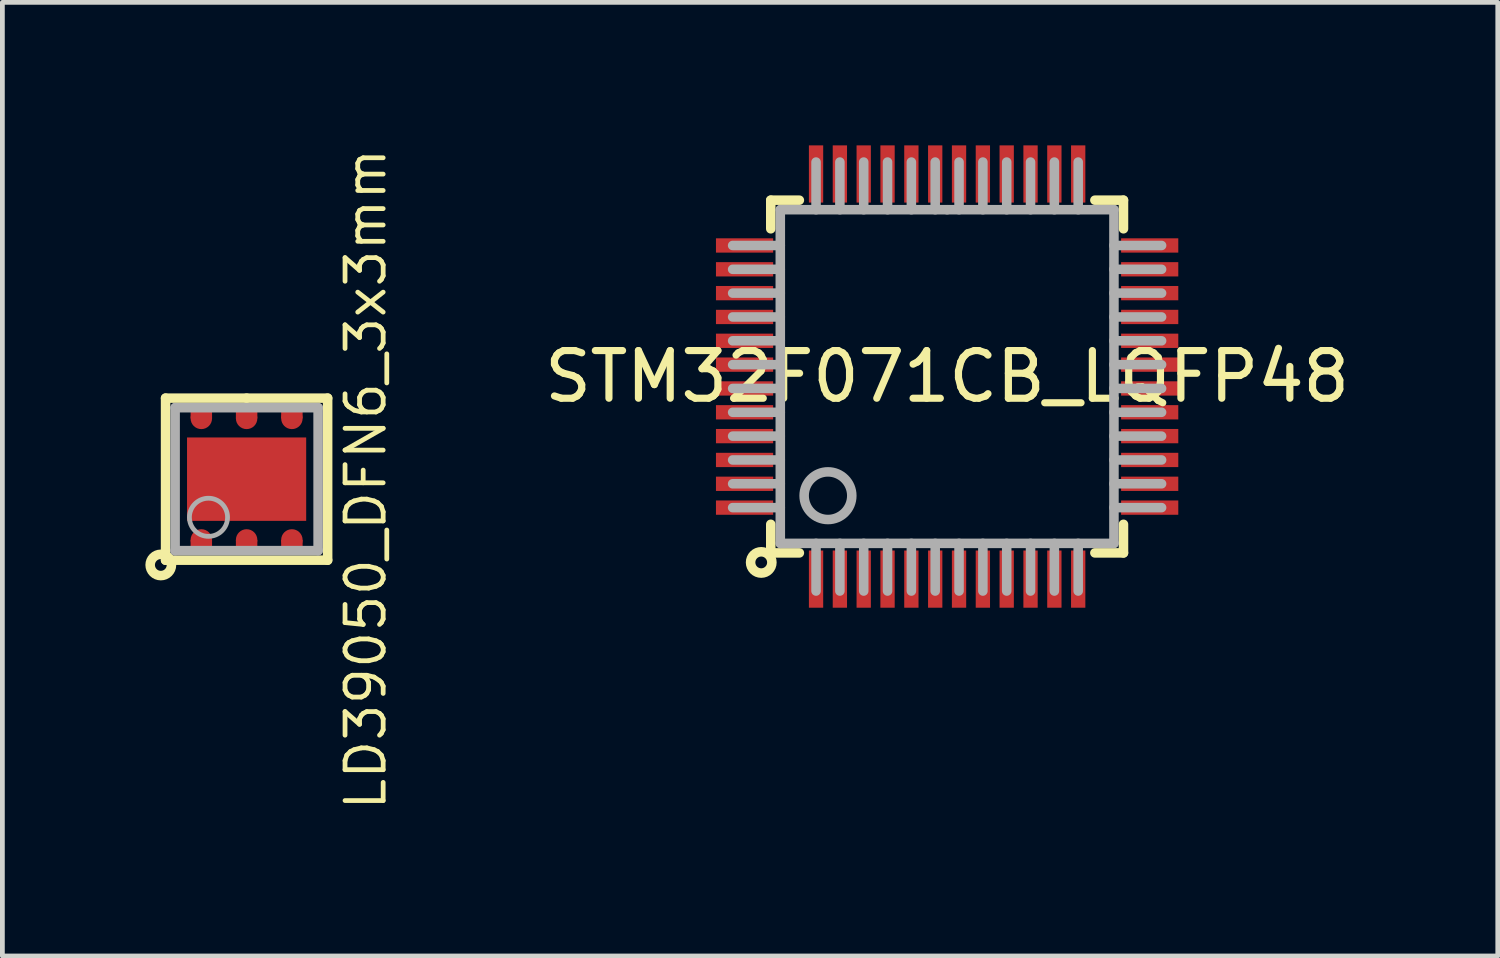
<source format=kicad_pcb>
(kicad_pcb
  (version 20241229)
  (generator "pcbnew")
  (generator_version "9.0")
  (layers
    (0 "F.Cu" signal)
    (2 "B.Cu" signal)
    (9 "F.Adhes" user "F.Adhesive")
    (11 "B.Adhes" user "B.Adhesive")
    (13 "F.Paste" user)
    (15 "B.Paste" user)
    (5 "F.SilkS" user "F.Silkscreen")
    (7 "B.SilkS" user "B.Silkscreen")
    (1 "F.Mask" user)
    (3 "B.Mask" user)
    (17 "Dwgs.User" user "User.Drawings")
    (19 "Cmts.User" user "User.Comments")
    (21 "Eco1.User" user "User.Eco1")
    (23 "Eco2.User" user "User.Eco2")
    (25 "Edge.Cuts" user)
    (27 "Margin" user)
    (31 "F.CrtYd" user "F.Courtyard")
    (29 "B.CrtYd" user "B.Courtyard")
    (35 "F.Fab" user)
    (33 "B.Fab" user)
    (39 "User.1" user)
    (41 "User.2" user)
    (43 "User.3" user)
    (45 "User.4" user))
  (footprint "STM32F071CB_LQFP48"
    (layer "F.Cu")
    (at 16.821 4.85)
    (property "Reference" "STM32F071CB_LQFP48" (at 0 0 0) (layer "F.SilkS") (effects (font (size 1 1) (thickness 0.15))))
    (attr smd)
    (fp_line (start -3.7 -3.7) (end -3.7 -3.1) (stroke (width 0.2) (type solid)) (layer "F.SilkS"))
    (fp_line (start -3.7 -3.7) (end -3.1 -3.7) (stroke (width 0.2) (type solid)) (layer "F.SilkS"))
    (fp_line (start -3.7 3.7) (end -3.7 3.1) (stroke (width 0.2) (type solid)) (layer "F.SilkS"))
    (fp_line (start -3.7 3.7) (end -3.1 3.7) (stroke (width 0.2) (type solid)) (layer "F.SilkS"))
    (fp_line (start 3.7 -3.7) (end 3.1 -3.7) (stroke (width 0.2) (type solid)) (layer "F.SilkS"))
    (fp_line (start 3.7 -3.7) (end 3.7 -3.1) (stroke (width 0.2) (type solid)) (layer "F.SilkS"))
    (fp_line (start 3.7 3.7) (end 3.1 3.7) (stroke (width 0.2) (type solid)) (layer "F.SilkS"))
    (fp_line (start 3.7 3.7) (end 3.7 3.1) (stroke (width 0.2) (type solid)) (layer "F.SilkS"))
    (fp_circle (center -3.9 3.9) (end -3.7 3.8) (stroke (width 0.2) (type solid)) (fill no) (layer "F.SilkS"))
    (fp_line (start -3.5 -3.5) (end -3.5 3.5) (stroke (width 0.2) (type solid)) (layer "F.Fab"))
    (fp_line (start -3.5 -2.75) (end -4.5 -2.75) (stroke (width 0.2) (type solid)) (layer "F.Fab"))
    (fp_line (start -3.5 -2.25) (end -4.5 -2.25) (stroke (width 0.2) (type solid)) (layer "F.Fab"))
    (fp_line (start -3.5 -1.75) (end -4.5 -1.75) (stroke (width 0.2) (type solid)) (layer "F.Fab"))
    (fp_line (start -3.5 -1.25) (end -4.5 -1.25) (stroke (width 0.2) (type solid)) (layer "F.Fab"))
    (fp_line (start -3.5 -0.75) (end -4.5 -0.75) (stroke (width 0.2) (type solid)) (layer "F.Fab"))
    (fp_line (start -3.5 -0.25) (end -4.5 -0.25) (stroke (width 0.2) (type solid)) (layer "F.Fab"))
    (fp_line (start -3.5 0.25) (end -4.5 0.25) (stroke (width 0.2) (type solid)) (layer "F.Fab"))
    (fp_line (start -3.5 0.75) (end -4.5 0.75) (stroke (width 0.2) (type solid)) (layer "F.Fab"))
    (fp_line (start -3.5 1.25) (end -4.5 1.25) (stroke (width 0.2) (type solid)) (layer "F.Fab"))
    (fp_line (start -3.5 1.75) (end -4.5 1.75) (stroke (width 0.2) (type solid)) (layer "F.Fab"))
    (fp_line (start -3.5 2.25) (end -4.5 2.25) (stroke (width 0.2) (type solid)) (layer "F.Fab"))
    (fp_line (start -3.5 2.75) (end -4.5 2.75) (stroke (width 0.2) (type solid)) (layer "F.Fab"))
    (fp_line (start -3.5 3.5) (end 3.5 3.5) (stroke (width 0.2) (type solid)) (layer "F.Fab"))
    (fp_line (start -2.75 -3.5) (end -2.75 -4.5) (stroke (width 0.2) (type solid)) (layer "F.Fab"))
    (fp_line (start -2.75 3.5) (end -2.75 4.5) (stroke (width 0.2) (type solid)) (layer "F.Fab"))
    (fp_line (start -2.25 -3.5) (end -2.25 -4.5) (stroke (width 0.2) (type solid)) (layer "F.Fab"))
    (fp_line (start -2.25 3.5) (end -2.25 4.5) (stroke (width 0.2) (type solid)) (layer "F.Fab"))
    (fp_line (start -1.75 -3.5) (end -1.75 -4.5) (stroke (width 0.2) (type solid)) (layer "F.Fab"))
    (fp_line (start -1.75 3.5) (end -1.75 4.5) (stroke (width 0.2) (type solid)) (layer "F.Fab"))
    (fp_line (start -1.25 -3.5) (end -1.25 -4.5) (stroke (width 0.2) (type solid)) (layer "F.Fab"))
    (fp_line (start -1.25 3.5) (end -1.25 4.5) (stroke (width 0.2) (type solid)) (layer "F.Fab"))
    (fp_line (start -0.75 -3.5) (end -0.75 -4.5) (stroke (width 0.2) (type solid)) (layer "F.Fab"))
    (fp_line (start -0.75 3.5) (end -0.75 4.5) (stroke (width 0.2) (type solid)) (layer "F.Fab"))
    (fp_line (start -0.25 -3.5) (end -0.25 -4.5) (stroke (width 0.2) (type solid)) (layer "F.Fab"))
    (fp_line (start -0.25 3.5) (end -0.25 4.5) (stroke (width 0.2) (type solid)) (layer "F.Fab"))
    (fp_line (start 0 -3.5) (end -3.5 -3.5) (stroke (width 0.2) (type solid)) (layer "F.Fab"))
    (fp_line (start 0.25 -3.5) (end 0.25 -4.5) (stroke (width 0.2) (type solid)) (layer "F.Fab"))
    (fp_line (start 0.25 3.5) (end 0.25 4.5) (stroke (width 0.2) (type solid)) (layer "F.Fab"))
    (fp_line (start 0.75 -3.5) (end 0.75 -4.5) (stroke (width 0.2) (type solid)) (layer "F.Fab"))
    (fp_line (start 0.75 3.5) (end 0.75 4.5) (stroke (width 0.2) (type solid)) (layer "F.Fab"))
    (fp_line (start 1.25 -3.5) (end 1.25 -4.5) (stroke (width 0.2) (type solid)) (layer "F.Fab"))
    (fp_line (start 1.25 3.5) (end 1.25 4.5) (stroke (width 0.2) (type solid)) (layer "F.Fab"))
    (fp_line (start 1.75 -3.5) (end 1.75 -4.5) (stroke (width 0.2) (type solid)) (layer "F.Fab"))
    (fp_line (start 1.75 3.5) (end 1.75 4.5) (stroke (width 0.2) (type solid)) (layer "F.Fab"))
    (fp_line (start 2.25 -3.5) (end 2.25 -4.5) (stroke (width 0.2) (type solid)) (layer "F.Fab"))
    (fp_line (start 2.25 3.5) (end 2.25 4.5) (stroke (width 0.2) (type solid)) (layer "F.Fab"))
    (fp_line (start 2.75 -3.5) (end 2.75 -4.5) (stroke (width 0.2) (type solid)) (layer "F.Fab"))
    (fp_line (start 2.75 3.5) (end 2.75 4.5) (stroke (width 0.2) (type solid)) (layer "F.Fab"))
    (fp_line (start 3.5 -3.5) (end 0 -3.5) (stroke (width 0.2) (type solid)) (layer "F.Fab"))
    (fp_line (start 3.5 -2.75) (end 4.5 -2.75) (stroke (width 0.2) (type solid)) (layer "F.Fab"))
    (fp_line (start 3.5 -2.25) (end 4.5 -2.25) (stroke (width 0.2) (type solid)) (layer "F.Fab"))
    (fp_line (start 3.5 -1.75) (end 4.5 -1.75) (stroke (width 0.2) (type solid)) (layer "F.Fab"))
    (fp_line (start 3.5 -1.25) (end 4.5 -1.25) (stroke (width 0.2) (type solid)) (layer "F.Fab"))
    (fp_line (start 3.5 -0.75) (end 4.5 -0.75) (stroke (width 0.2) (type solid)) (layer "F.Fab"))
    (fp_line (start 3.5 -0.25) (end 4.5 -0.25) (stroke (width 0.2) (type solid)) (layer "F.Fab"))
    (fp_line (start 3.5 0.25) (end 4.5 0.25) (stroke (width 0.2) (type solid)) (layer "F.Fab"))
    (fp_line (start 3.5 0.75) (end 4.5 0.75) (stroke (width 0.2) (type solid)) (layer "F.Fab"))
    (fp_line (start 3.5 1.25) (end 4.5 1.25) (stroke (width 0.2) (type solid)) (layer "F.Fab"))
    (fp_line (start 3.5 1.75) (end 4.5 1.75) (stroke (width 0.2) (type solid)) (layer "F.Fab"))
    (fp_line (start 3.5 2.25) (end 4.5 2.25) (stroke (width 0.2) (type solid)) (layer "F.Fab"))
    (fp_line (start 3.5 2.75) (end 4.5 2.75) (stroke (width 0.2) (type solid)) (layer "F.Fab"))
    (fp_line (start 3.5 3.5) (end 3.5 -3.5) (stroke (width 0.2) (type solid)) (layer "F.Fab"))
    (fp_circle (center -2.5 2.5) (end -2 2.5) (stroke (width 0.2) (type solid)) (fill no) (layer "F.Fab"))
    (pad "1" smd rect (at -2.75 4.25) (size 0.3 1.2) (layers "F.Cu" "F.Mask" "F.Paste"))
    (pad "2" smd rect (at -2.25 4.25) (size 0.3 1.2) (layers "F.Cu" "F.Mask" "F.Paste"))
    (pad "3" smd rect (at -1.75 4.25) (size 0.3 1.2) (layers "F.Cu" "F.Mask" "F.Paste"))
    (pad "4" smd rect (at -1.25 4.25) (size 0.3 1.2) (layers "F.Cu" "F.Mask" "F.Paste"))
    (pad "5" smd rect (at -0.75 4.25) (size 0.3 1.2) (layers "F.Cu" "F.Mask" "F.Paste"))
    (pad "6" smd rect (at -0.25 4.25) (size 0.3 1.2) (layers "F.Cu" "F.Mask" "F.Paste"))
    (pad "7" smd rect (at 0.25 4.25) (size 0.3 1.2) (layers "F.Cu" "F.Mask" "F.Paste"))
    (pad "8" smd rect (at 0.75 4.25) (size 0.3 1.2) (layers "F.Cu" "F.Mask" "F.Paste"))
    (pad "9" smd rect (at 1.25 4.25) (size 0.3 1.2) (layers "F.Cu" "F.Mask" "F.Paste"))
    (pad "10" smd rect (at 1.75 4.25) (size 0.3 1.2) (layers "F.Cu" "F.Mask" "F.Paste"))
    (pad "11" smd rect (at 2.25 4.25) (size 0.3 1.2) (layers "F.Cu" "F.Mask" "F.Paste"))
    (pad "12" smd rect (at 2.75 4.25) (size 0.3 1.2) (layers "F.Cu" "F.Mask" "F.Paste"))
    (pad "13" smd rect (at 4.25 2.75 90) (size 0.3 1.2) (layers "F.Cu" "F.Mask" "F.Paste"))
    (pad "14" smd rect (at 4.25 2.25 90) (size 0.3 1.2) (layers "F.Cu" "F.Mask" "F.Paste"))
    (pad "15" smd rect (at 4.25 1.75 90) (size 0.3 1.2) (layers "F.Cu" "F.Mask" "F.Paste"))
    (pad "16" smd rect (at 4.25 1.25 90) (size 0.3 1.2) (layers "F.Cu" "F.Mask" "F.Paste"))
    (pad "17" smd rect (at 4.25 0.75 90) (size 0.3 1.2) (layers "F.Cu" "F.Mask" "F.Paste"))
    (pad "18" smd rect (at 4.25 0.25 90) (size 0.3 1.2) (layers "F.Cu" "F.Mask" "F.Paste"))
    (pad "19" smd rect (at 4.25 -0.25 90) (size 0.3 1.2) (layers "F.Cu" "F.Mask" "F.Paste"))
    (pad "20" smd rect (at 4.25 -0.75 90) (size 0.3 1.2) (layers "F.Cu" "F.Mask" "F.Paste"))
    (pad "21" smd rect (at 4.25 -1.25 90) (size 0.3 1.2) (layers "F.Cu" "F.Mask" "F.Paste"))
    (pad "22" smd rect (at 4.25 -1.75 90) (size 0.3 1.2) (layers "F.Cu" "F.Mask" "F.Paste"))
    (pad "23" smd rect (at 4.25 -2.25 90) (size 0.3 1.2) (layers "F.Cu" "F.Mask" "F.Paste"))
    (pad "24" smd rect (at 4.25 -2.75 90) (size 0.3 1.2) (layers "F.Cu" "F.Mask" "F.Paste"))
    (pad "25" smd rect (at 2.75 -4.25) (size 0.3 1.2) (layers "F.Cu" "F.Mask" "F.Paste"))
    (pad "26" smd rect (at 2.25 -4.25) (size 0.3 1.2) (layers "F.Cu" "F.Mask" "F.Paste"))
    (pad "27" smd rect (at 1.75 -4.25) (size 0.3 1.2) (layers "F.Cu" "F.Mask" "F.Paste"))
    (pad "28" smd rect (at 1.25 -4.25) (size 0.3 1.2) (layers "F.Cu" "F.Mask" "F.Paste"))
    (pad "29" smd rect (at 0.75 -4.25) (size 0.3 1.2) (layers "F.Cu" "F.Mask" "F.Paste"))
    (pad "30" smd rect (at 0.25 -4.25) (size 0.3 1.2) (layers "F.Cu" "F.Mask" "F.Paste"))
    (pad "31" smd rect (at -0.25 -4.25) (size 0.3 1.2) (layers "F.Cu" "F.Mask" "F.Paste"))
    (pad "32" smd rect (at -0.75 -4.25) (size 0.3 1.2) (layers "F.Cu" "F.Mask" "F.Paste"))
    (pad "33" smd rect (at -1.25 -4.25) (size 0.3 1.2) (layers "F.Cu" "F.Mask" "F.Paste"))
    (pad "34" smd rect (at -1.75 -4.25) (size 0.3 1.2) (layers "F.Cu" "F.Mask" "F.Paste"))
    (pad "35" smd rect (at -2.25 -4.25) (size 0.3 1.2) (layers "F.Cu" "F.Mask" "F.Paste"))
    (pad "36" smd rect (at -2.75 -4.25) (size 0.3 1.2) (layers "F.Cu" "F.Mask" "F.Paste"))
    (pad "37" smd rect (at -4.25 -2.75 90) (size 0.3 1.2) (layers "F.Cu" "F.Mask" "F.Paste"))
    (pad "38" smd rect (at -4.25 -2.25 90) (size 0.3 1.2) (layers "F.Cu" "F.Mask" "F.Paste"))
    (pad "39" smd rect (at -4.25 -1.75 90) (size 0.3 1.2) (layers "F.Cu" "F.Mask" "F.Paste"))
    (pad "40" smd rect (at -4.25 -1.25 90) (size 0.3 1.2) (layers "F.Cu" "F.Mask" "F.Paste"))
    (pad "41" smd rect (at -4.25 -0.75 90) (size 0.3 1.2) (layers "F.Cu" "F.Mask" "F.Paste"))
    (pad "42" smd rect (at -4.25 -0.25 90) (size 0.3 1.2) (layers "F.Cu" "F.Mask" "F.Paste"))
    (pad "43" smd rect (at -4.25 0.25 90) (size 0.3 1.2) (layers "F.Cu" "F.Mask" "F.Paste"))
    (pad "44" smd rect (at -4.25 0.75 90) (size 0.3 1.2) (layers "F.Cu" "F.Mask" "F.Paste"))
    (pad "45" smd rect (at -4.25 1.25 90) (size 0.3 1.2) (layers "F.Cu" "F.Mask" "F.Paste"))
    (pad "46" smd rect (at -4.25 1.75 90) (size 0.3 1.2) (layers "F.Cu" "F.Mask" "F.Paste"))
    (pad "47" smd rect (at -4.25 2.25 90) (size 0.3 1.2) (layers "F.Cu" "F.Mask" "F.Paste"))
    (pad "48" smd rect (at -4.25 2.75 90) (size 0.3 1.2) (layers "F.Cu" "F.Mask" "F.Paste")))
  (footprint "LD39050_DFN6_3x3mm"
    (layer "F.Cu")
    (at 2.124 7.003)
    (property "Reference" "LD39050_DFN6_3x3mm" (at 2.5 0 90) (layer "F.SilkS") (effects (font (size 0.8 0.8) (thickness 0.1))))
    (attr through_hole)
    (fp_line (start -1.7 -1.7) (end 0 -1.7) (stroke (width 0.2) (type solid)) (layer "F.SilkS"))
    (fp_line (start -1.7 1.7) (end -1.7 -1.7) (stroke (width 0.2) (type solid)) (layer "F.SilkS"))
    (fp_line (start 0 -1.7) (end 1.7 -1.7) (stroke (width 0.2) (type solid)) (layer "F.SilkS"))
    (fp_line (start 1.7 -1.7) (end 1.7 1.7) (stroke (width 0.2) (type solid)) (layer "F.SilkS"))
    (fp_line (start 1.7 1.7) (end -1.7 1.7) (stroke (width 0.2) (type solid)) (layer "F.SilkS"))
    (fp_circle (center -1.8 1.8) (end -1.6 1.7) (stroke (width 0.2) (type solid)) (fill no) (layer "F.SilkS"))
    (fp_line (start -1.5 -1.5) (end 1.5 -1.5) (stroke (width 0.2) (type solid)) (layer "F.Fab"))
    (fp_line (start -1.5 1.5) (end -1.5 -1.5) (stroke (width 0.2) (type solid)) (layer "F.Fab"))
    (fp_line (start 1.5 -1.5) (end 1.5 1.5) (stroke (width 0.2) (type solid)) (layer "F.Fab"))
    (fp_line (start 1.5 1.5) (end -1.5 1.5) (stroke (width 0.2) (type solid)) (layer "F.Fab"))
    (fp_circle (center -0.8 0.8) (end -0.4 0.8) (stroke (width 0.1) (type solid)) (fill no) (layer "F.Fab"))
    (pad "1" smd circle (at -0.95 1.275) (size 0.45 0.45) (layers "F.Cu" "F.Mask" "F.Paste"))
    (pad "1" smd rect (at -0.95 1.413) (size 0.45 0.275) (layers "F.Cu" "F.Mask" "F.Paste"))
    (pad "2" smd rect (at 0 0 180) (size 2.5 1.75) (layers "F.Cu" "F.Mask" "F.Paste"))
    (pad "2" smd circle (at 0 1.275) (size 0.45 0.45) (layers "F.Cu" "F.Mask" "F.Paste"))
    (pad "2" smd rect (at 0 1.413) (size 0.45 0.275) (layers "F.Cu" "F.Mask" "F.Paste"))
    (pad "3" smd circle (at 0.95 1.275) (size 0.45 0.45) (layers "F.Cu" "F.Mask" "F.Paste"))
    (pad "3" smd rect (at 0.95 1.413) (size 0.45 0.275) (layers "F.Cu" "F.Mask" "F.Paste"))
    (pad "4" smd rect (at 0.95 -1.413 180) (size 0.45 0.275) (layers "F.Cu" "F.Mask" "F.Paste"))
    (pad "4" smd circle (at 0.95 -1.275 180) (size 0.45 0.45) (layers "F.Cu" "F.Mask" "F.Paste"))
    (pad "5" smd rect (at 0 -1.413 180) (size 0.45 0.275) (layers "F.Cu" "F.Mask" "F.Paste"))
    (pad "5" smd circle (at 0 -1.275 180) (size 0.45 0.45) (layers "F.Cu" "F.Mask" "F.Paste"))
    (pad "6" smd rect (at -0.95 -1.413 180) (size 0.45 0.275) (layers "F.Cu" "F.Mask" "F.Paste"))
    (pad "6" smd circle (at -0.95 -1.275 180) (size 0.45 0.45) (layers "F.Cu" "F.Mask" "F.Paste")))
  (gr_rect
    (start -3 -3)
    (end 28.374 17.007)
    (stroke (width 0.1) (type default))
    (fill no)
    (layer "Edge.Cuts")))
</source>
